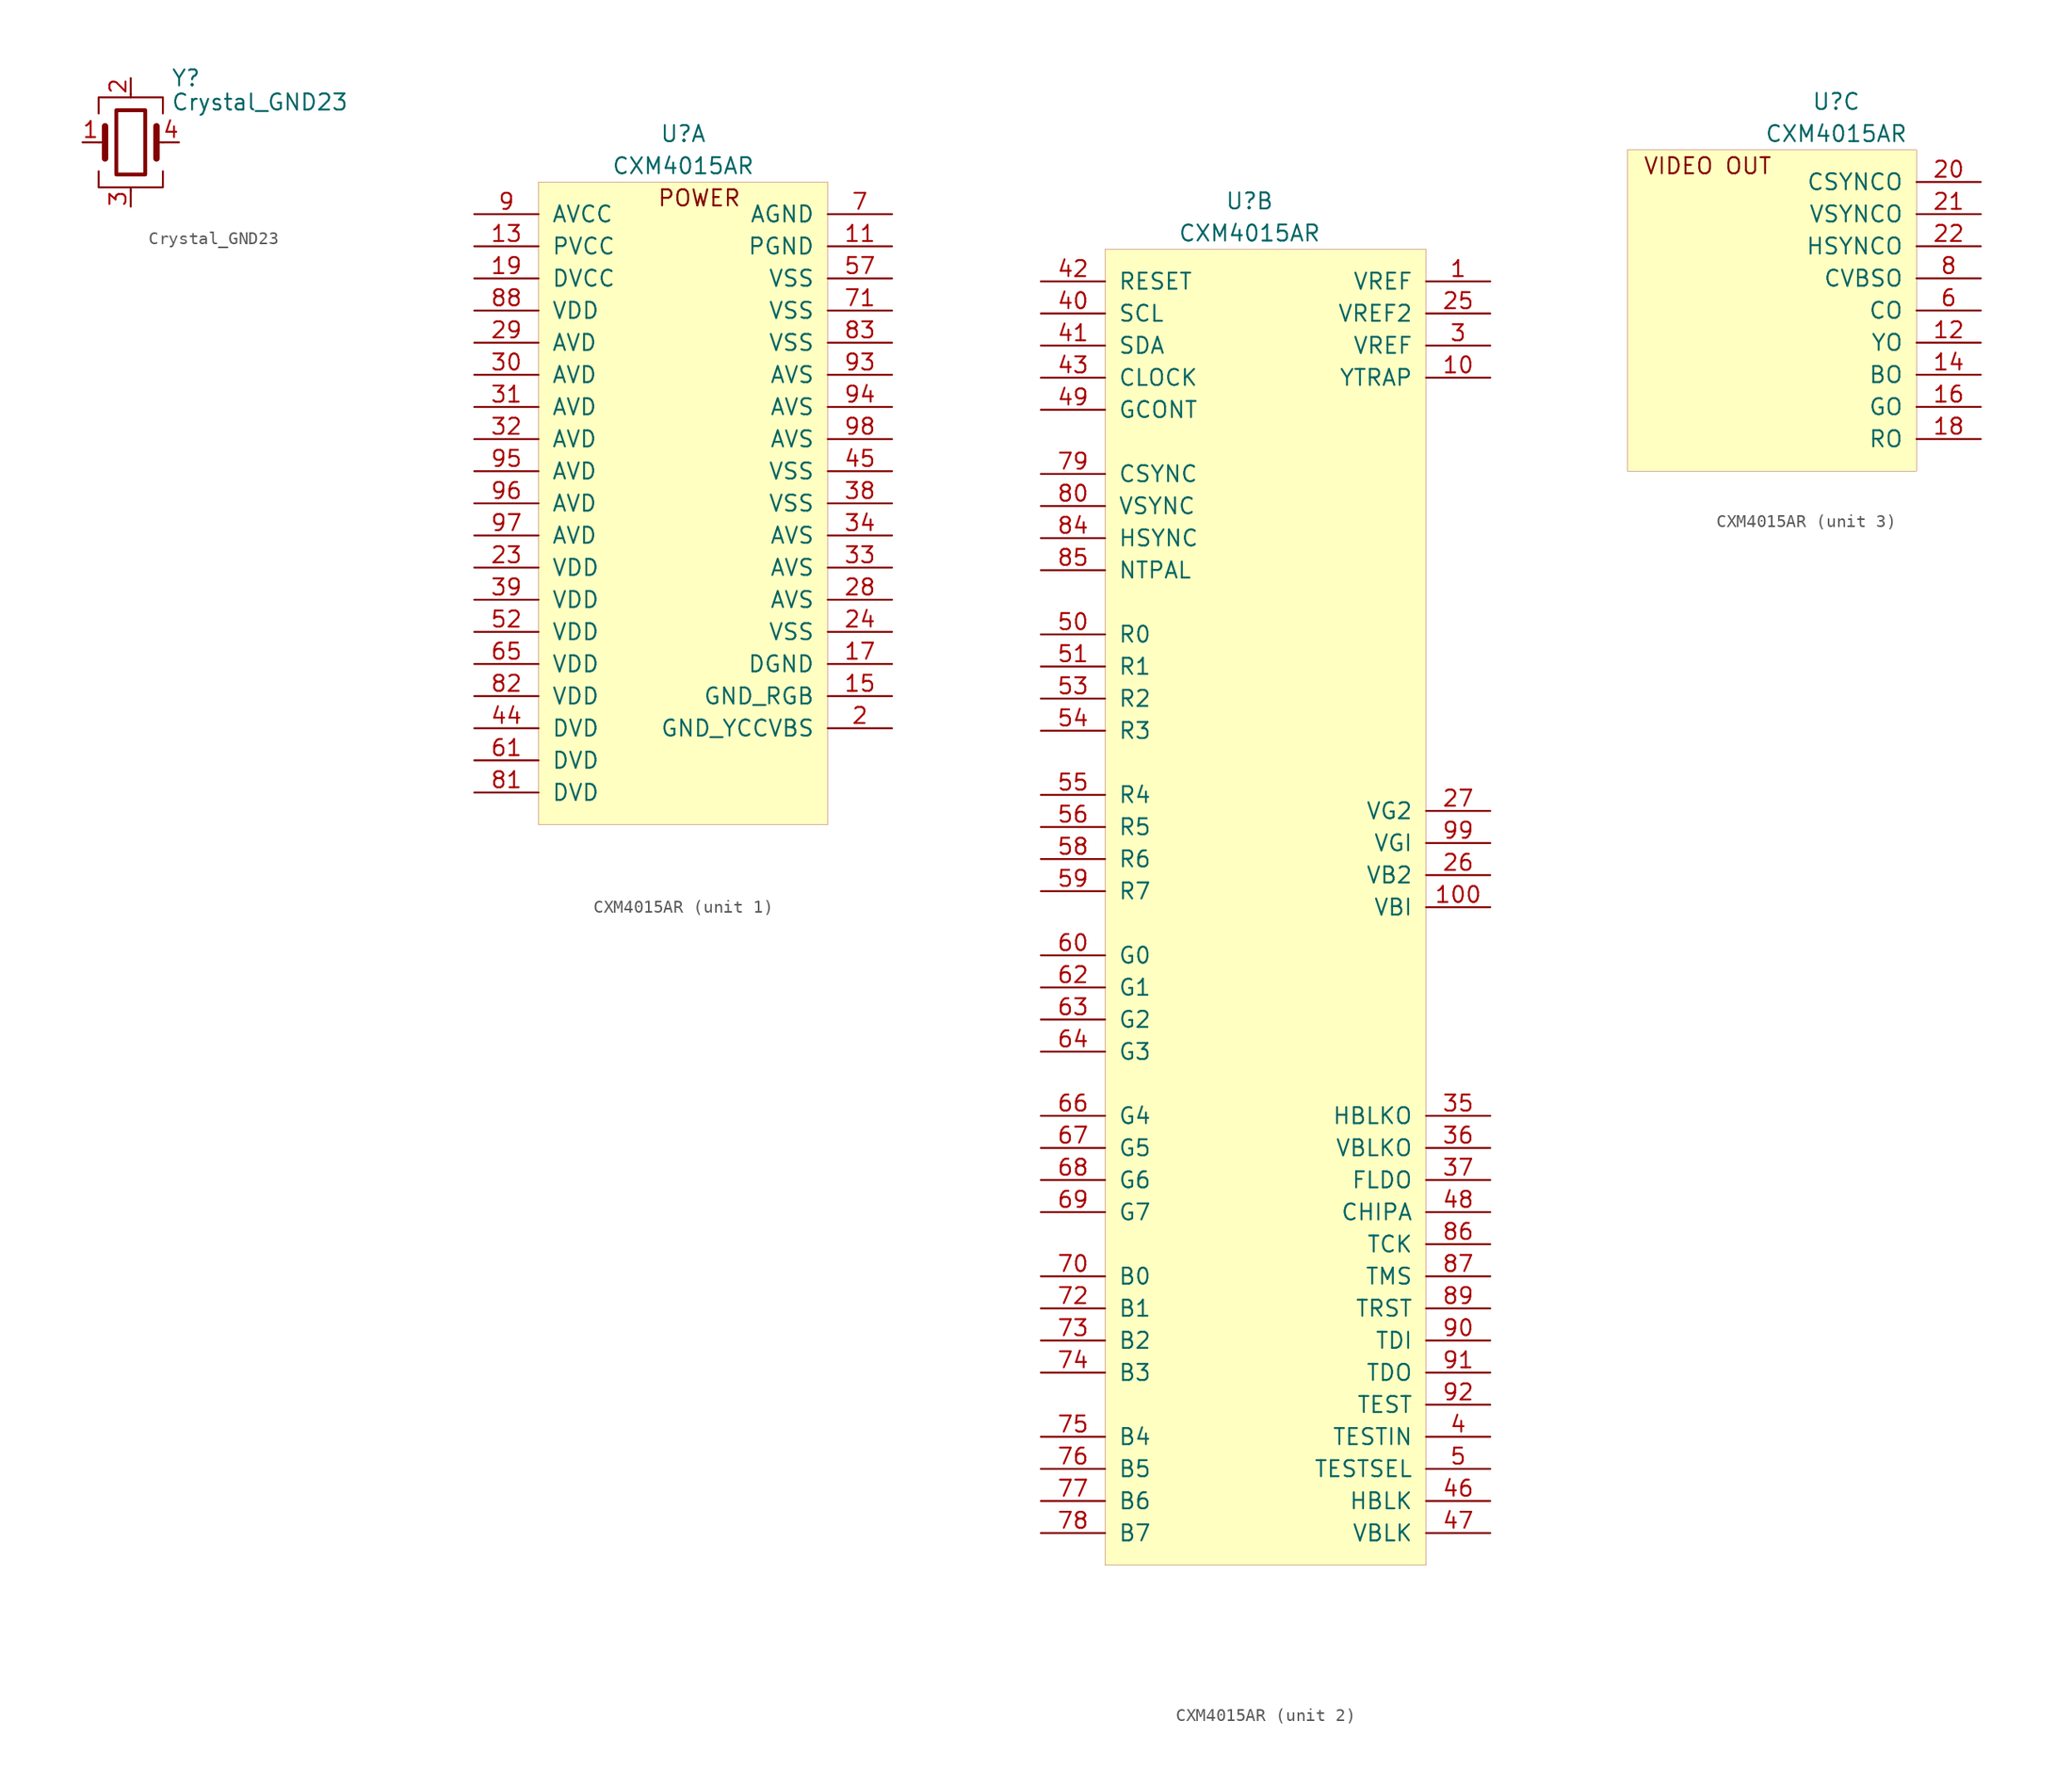
<source format=kicad_sym>
(kicad_symbol_lib
  (version 20220914)
  (generator kicad_symbol_editor)
  (symbol "Crystal_GND23"
    (pin_names
      (offset 1.016) hide)
    (property "Reference" "Y"
      (at 3.175 5.08 0)
      (effects (font (size 1.27 1.27)) (justify left)))
    (property "Value" "Crystal_GND23"
      (at 3.175 3.175 0)
      (effects (font (size 1.27 1.27)) (justify left)))
    (symbol "Crystal_GND23_0_1"
      (rectangle (start -1.143 2.54) (end 1.143 -2.54) (stroke (width 0.305) (type default)) (fill (type none)))
      (polyline (pts (xy -2.54 0) (xy -2.032 0)) (stroke (width 0) (type default)) (fill (type none)))
      (polyline (pts (xy -2.032 -1.27) (xy -2.032 1.27)) (stroke (width 0.508) (type default)) (fill (type none)))
      (polyline (pts (xy 0 -3.81) (xy 0 -3.556)) (stroke (width 0) (type default)) (fill (type none)))
      (polyline (pts (xy 0 3.556) (xy 0 3.81)) (stroke (width 0) (type default)) (fill (type none)))
      (polyline (pts (xy 2.032 -1.27) (xy 2.032 1.27)) (stroke (width 0.508) (type default)) (fill (type none)))
      (polyline (pts (xy 2.032 0) (xy 2.54 0)) (stroke (width 0) (type default)) (fill (type none)))
      (polyline (pts (xy -2.54 -2.286) (xy -2.54 -3.556) (xy 2.54 -3.556) (xy 2.54 -2.286)) (stroke (width 0) (type default)) (fill (type none)))
      (polyline (pts (xy -2.54 2.286) (xy -2.54 3.556) (xy 2.54 3.556) (xy 2.54 2.286)) (stroke (width 0) (type default)) (fill (type none))))
    (symbol "Crystal_GND23_1_1"
      (pin passive line (at -3.81 0 0) (length 1.27) (name "1" (effects (font (size 1.27 1.27)))) (number "1" (effects (font (size 1.27 1.27)))))
      (pin passive line (at 0 5.08 270) (length 1.27) (name "2" (effects (font (size 1.27 1.27)))) (number "2" (effects (font (size 1.27 1.27)))))
      (pin passive line (at 0 -5.08 90) (length 1.27) (name "3" (effects (font (size 1.27 1.27)))) (number "3" (effects (font (size 1.27 1.27)))))
      (pin passive line (at 3.81 0 180) (length 1.27) (name "4" (effects (font (size 1.27 1.27)))) (number "4" (effects (font (size 1.27 1.27)))))))
  (symbol "CXM4015AR"
    (pin_names
      (offset 1.016))
    (property "Reference" "U"
      (at 16.51 6.35 0)
      (effects (font (size 1.27 1.27))))
    (property "Value" "CXM4015AR"
      (at 16.51 3.81 0)
      (effects (font (size 1.27 1.27))))
    (property "ki_locked" ""
      (at 0 0 0)
      (effects (font (size 1.27 1.27))))
    (symbol "CXM4015AR_1_0"
      (text "POWER" (at 17.78 1.27 0) (effects (font (size 1.27 1.27))))
      (pin passive line (at 33.02 -2.54 180) (length 5.08) (name "PGND" (effects (font (size 1.27 1.27)))) (number "11" (effects (font (size 1.27 1.27)))))
      (pin passive line (at 0 -2.54 0) (length 5.08) (name "PVCC" (effects (font (size 1.27 1.27)))) (number "13" (effects (font (size 1.27 1.27)))))
      (pin passive line (at 33.02 -38.1 180) (length 5.08) (name "GND_RGB" (effects (font (size 1.27 1.27)))) (number "15" (effects (font (size 1.27 1.27)))))
      (pin passive line (at 33.02 -35.56 180) (length 5.08) (name "DGND" (effects (font (size 1.27 1.27)))) (number "17" (effects (font (size 1.27 1.27)))))
      (pin passive line (at 0 -5.08 0) (length 5.08) (name "DVCC" (effects (font (size 1.27 1.27)))) (number "19" (effects (font (size 1.27 1.27)))))
      (pin passive line (at 33.02 -40.64 180) (length 5.08) (name "GND_YCCVBS" (effects (font (size 1.27 1.27)))) (number "2" (effects (font (size 1.27 1.27)))))
      (pin passive line (at 0 -27.94 0) (length 5.08) (name "VDD" (effects (font (size 1.27 1.27)))) (number "23" (effects (font (size 1.27 1.27)))))
      (pin passive line (at 33.02 -33.02 180) (length 5.08) (name "VSS" (effects (font (size 1.27 1.27)))) (number "24" (effects (font (size 1.27 1.27)))))
      (pin passive line (at 33.02 -30.48 180) (length 5.08) (name "AVS" (effects (font (size 1.27 1.27)))) (number "28" (effects (font (size 1.27 1.27)))))
      (pin passive line (at 0 -10.16 0) (length 5.08) (name "AVD" (effects (font (size 1.27 1.27)))) (number "29" (effects (font (size 1.27 1.27)))))
      (pin passive line (at 0 -12.7 0) (length 5.08) (name "AVD" (effects (font (size 1.27 1.27)))) (number "30" (effects (font (size 1.27 1.27)))))
      (pin passive line (at 0 -15.24 0) (length 5.08) (name "AVD" (effects (font (size 1.27 1.27)))) (number "31" (effects (font (size 1.27 1.27)))))
      (pin passive line (at 0 -17.78 0) (length 5.08) (name "AVD" (effects (font (size 1.27 1.27)))) (number "32" (effects (font (size 1.27 1.27)))))
      (pin passive line (at 33.02 -27.94 180) (length 5.08) (name "AVS" (effects (font (size 1.27 1.27)))) (number "33" (effects (font (size 1.27 1.27)))))
      (pin passive line (at 33.02 -25.4 180) (length 5.08) (name "AVS" (effects (font (size 1.27 1.27)))) (number "34" (effects (font (size 1.27 1.27)))))
      (pin passive line (at 33.02 -22.86 180) (length 5.08) (name "VSS" (effects (font (size 1.27 1.27)))) (number "38" (effects (font (size 1.27 1.27)))))
      (pin passive line (at 0 -30.48 0) (length 5.08) (name "VDD" (effects (font (size 1.27 1.27)))) (number "39" (effects (font (size 1.27 1.27)))))
      (pin passive line (at 0 -40.64 0) (length 5.08) (name "DVD" (effects (font (size 1.27 1.27)))) (number "44" (effects (font (size 1.27 1.27)))))
      (pin passive line (at 33.02 -20.32 180) (length 5.08) (name "VSS" (effects (font (size 1.27 1.27)))) (number "45" (effects (font (size 1.27 1.27)))))
      (pin passive line (at 0 -33.02 0) (length 5.08) (name "VDD" (effects (font (size 1.27 1.27)))) (number "52" (effects (font (size 1.27 1.27)))))
      (pin passive line (at 33.02 -5.08 180) (length 5.08) (name "VSS" (effects (font (size 1.27 1.27)))) (number "57" (effects (font (size 1.27 1.27)))))
      (pin passive line (at 0 -43.18 0) (length 5.08) (name "DVD" (effects (font (size 1.27 1.27)))) (number "61" (effects (font (size 1.27 1.27)))))
      (pin passive line (at 0 -35.56 0) (length 5.08) (name "VDD" (effects (font (size 1.27 1.27)))) (number "65" (effects (font (size 1.27 1.27)))))
      (pin passive line (at 33.02 0 180) (length 5.08) (name "AGND" (effects (font (size 1.27 1.27)))) (number "7" (effects (font (size 1.27 1.27)))))
      (pin passive line (at 33.02 -7.62 180) (length 5.08) (name "VSS" (effects (font (size 1.27 1.27)))) (number "71" (effects (font (size 1.27 1.27)))))
      (pin passive line (at 0 -45.72 0) (length 5.08) (name "DVD" (effects (font (size 1.27 1.27)))) (number "81" (effects (font (size 1.27 1.27)))))
      (pin passive line (at 0 -38.1 0) (length 5.08) (name "VDD" (effects (font (size 1.27 1.27)))) (number "82" (effects (font (size 1.27 1.27)))))
      (pin passive line (at 33.02 -10.16 180) (length 5.08) (name "VSS" (effects (font (size 1.27 1.27)))) (number "83" (effects (font (size 1.27 1.27)))))
      (pin passive line (at 0 -7.62 0) (length 5.08) (name "VDD" (effects (font (size 1.27 1.27)))) (number "88" (effects (font (size 1.27 1.27)))))
      (pin passive line (at 0 0 0) (length 5.08) (name "AVCC" (effects (font (size 1.27 1.27)))) (number "9" (effects (font (size 1.27 1.27)))))
      (pin passive line (at 33.02 -12.7 180) (length 5.08) (name "AVS" (effects (font (size 1.27 1.27)))) (number "93" (effects (font (size 1.27 1.27)))))
      (pin passive line (at 33.02 -15.24 180) (length 5.08) (name "AVS" (effects (font (size 1.27 1.27)))) (number "94" (effects (font (size 1.27 1.27)))))
      (pin passive line (at 0 -20.32 0) (length 5.08) (name "AVD" (effects (font (size 1.27 1.27)))) (number "95" (effects (font (size 1.27 1.27)))))
      (pin passive line (at 0 -22.86 0) (length 5.08) (name "AVD" (effects (font (size 1.27 1.27)))) (number "96" (effects (font (size 1.27 1.27)))))
      (pin passive line (at 0 -25.4 0) (length 5.08) (name "AVD" (effects (font (size 1.27 1.27)))) (number "97" (effects (font (size 1.27 1.27)))))
      (pin passive line (at 33.02 -17.78 180) (length 5.08) (name "AVS" (effects (font (size 1.27 1.27)))) (number "98" (effects (font (size 1.27 1.27))))))
    (symbol "CXM4015AR_1_1"
      (rectangle (start 5.08 2.54) (end 27.94 -48.26) (stroke (width 0.001) (type default)) (fill (type background))))
    (symbol "CXM4015AR_2_0"
      (rectangle (start 5.08 2.54) (end 30.48 -101.6) (stroke (width 0.001) (type default)) (fill (type background)))
      (pin passive line (at 35.56 0 180) (length 5.08) (name "VREF" (effects (font (size 1.27 1.27)))) (number "1" (effects (font (size 1.27 1.27)))))
      (pin passive line (at 35.56 -7.62 180) (length 5.08) (name "YTRAP" (effects (font (size 1.27 1.27)))) (number "10" (effects (font (size 1.27 1.27)))))
      (pin passive line (at 35.56 -49.53 180) (length 5.08) (name "VBI" (effects (font (size 1.27 1.27)))) (number "100" (effects (font (size 1.27 1.27)))))
      (pin passive line (at 35.56 -2.54 180) (length 5.08) (name "VREF2" (effects (font (size 1.27 1.27)))) (number "25" (effects (font (size 1.27 1.27)))))
      (pin passive line (at 35.56 -46.99 180) (length 5.08) (name "VB2" (effects (font (size 1.27 1.27)))) (number "26" (effects (font (size 1.27 1.27)))))
      (pin passive line (at 35.56 -41.91 180) (length 5.08) (name "VG2" (effects (font (size 1.27 1.27)))) (number "27" (effects (font (size 1.27 1.27)))))
      (pin passive line (at 35.56 -5.08 180) (length 5.08) (name "VREF" (effects (font (size 1.27 1.27)))) (number "3" (effects (font (size 1.27 1.27)))))
      (pin passive line (at 35.56 -66.04 180) (length 5.08) (name "HBLKO" (effects (font (size 1.27 1.27)))) (number "35" (effects (font (size 1.27 1.27)))))
      (pin passive line (at 35.56 -68.58 180) (length 5.08) (name "VBLKO" (effects (font (size 1.27 1.27)))) (number "36" (effects (font (size 1.27 1.27)))))
      (pin passive line (at 35.56 -71.12 180) (length 5.08) (name "FLDO" (effects (font (size 1.27 1.27)))) (number "37" (effects (font (size 1.27 1.27)))))
      (pin passive line (at 35.56 -91.44 180) (length 5.08) (name "TESTIN" (effects (font (size 1.27 1.27)))) (number "4" (effects (font (size 1.27 1.27)))))
      (pin passive line (at 0 -2.54 0) (length 5.08) (name "SCL" (effects (font (size 1.27 1.27)))) (number "40" (effects (font (size 1.27 1.27)))))
      (pin passive line (at 0 -5.08 0) (length 5.08) (name "SDA" (effects (font (size 1.27 1.27)))) (number "41" (effects (font (size 1.27 1.27)))))
      (pin passive line (at 0 0 0) (length 5.08) (name "RESET" (effects (font (size 1.27 1.27)))) (number "42" (effects (font (size 1.27 1.27)))))
      (pin passive line (at 0 -7.62 0) (length 5.08) (name "CLOCK" (effects (font (size 1.27 1.27)))) (number "43" (effects (font (size 1.27 1.27)))))
      (pin passive line (at 35.56 -96.52 180) (length 5.08) (name "HBLK" (effects (font (size 1.27 1.27)))) (number "46" (effects (font (size 1.27 1.27)))))
      (pin passive line (at 35.56 -99.06 180) (length 5.08) (name "VBLK" (effects (font (size 1.27 1.27)))) (number "47" (effects (font (size 1.27 1.27)))))
      (pin passive line (at 35.56 -73.66 180) (length 5.08) (name "CHIPA" (effects (font (size 1.27 1.27)))) (number "48" (effects (font (size 1.27 1.27)))))
      (pin passive line (at 0 -10.16 0) (length 5.08) (name "GCONT" (effects (font (size 1.27 1.27)))) (number "49" (effects (font (size 1.27 1.27)))))
      (pin passive line (at 35.56 -93.98 180) (length 5.08) (name "TESTSEL" (effects (font (size 1.27 1.27)))) (number "5" (effects (font (size 1.27 1.27)))))
      (pin passive line (at 0 -27.94 0) (length 5.08) (name "R0" (effects (font (size 1.27 1.27)))) (number "50" (effects (font (size 1.27 1.27)))))
      (pin passive line (at 0 -30.48 0) (length 5.08) (name "R1" (effects (font (size 1.27 1.27)))) (number "51" (effects (font (size 1.27 1.27)))))
      (pin passive line (at 0 -33.02 0) (length 5.08) (name "R2" (effects (font (size 1.27 1.27)))) (number "53" (effects (font (size 1.27 1.27)))))
      (pin passive line (at 0 -35.56 0) (length 5.08) (name "R3" (effects (font (size 1.27 1.27)))) (number "54" (effects (font (size 1.27 1.27)))))
      (pin passive line (at 0 -40.64 0) (length 5.08) (name "R4" (effects (font (size 1.27 1.27)))) (number "55" (effects (font (size 1.27 1.27)))))
      (pin passive line (at 0 -43.18 0) (length 5.08) (name "R5" (effects (font (size 1.27 1.27)))) (number "56" (effects (font (size 1.27 1.27)))))
      (pin passive line (at 0 -45.72 0) (length 5.08) (name "R6" (effects (font (size 1.27 1.27)))) (number "58" (effects (font (size 1.27 1.27)))))
      (pin passive line (at 0 -48.26 0) (length 5.08) (name "R7" (effects (font (size 1.27 1.27)))) (number "59" (effects (font (size 1.27 1.27)))))
      (pin passive line (at 0 -53.34 0) (length 5.08) (name "G0" (effects (font (size 1.27 1.27)))) (number "60" (effects (font (size 1.27 1.27)))))
      (pin passive line (at 0 -55.88 0) (length 5.08) (name "G1" (effects (font (size 1.27 1.27)))) (number "62" (effects (font (size 1.27 1.27)))))
      (pin passive line (at 0 -58.42 0) (length 5.08) (name "G2" (effects (font (size 1.27 1.27)))) (number "63" (effects (font (size 1.27 1.27)))))
      (pin passive line (at 0 -60.96 0) (length 5.08) (name "G3" (effects (font (size 1.27 1.27)))) (number "64" (effects (font (size 1.27 1.27)))))
      (pin passive line (at 0 -66.04 0) (length 5.08) (name "G4" (effects (font (size 1.27 1.27)))) (number "66" (effects (font (size 1.27 1.27)))))
      (pin passive line (at 0 -68.58 0) (length 5.08) (name "G5" (effects (font (size 1.27 1.27)))) (number "67" (effects (font (size 1.27 1.27)))))
      (pin passive line (at 0 -71.12 0) (length 5.08) (name "G6" (effects (font (size 1.27 1.27)))) (number "68" (effects (font (size 1.27 1.27)))))
      (pin passive line (at 0 -73.66 0) (length 5.08) (name "G7" (effects (font (size 1.27 1.27)))) (number "69" (effects (font (size 1.27 1.27)))))
      (pin passive line (at 0 -78.74 0) (length 5.08) (name "B0" (effects (font (size 1.27 1.27)))) (number "70" (effects (font (size 1.27 1.27)))))
      (pin passive line (at 0 -81.28 0) (length 5.08) (name "B1" (effects (font (size 1.27 1.27)))) (number "72" (effects (font (size 1.27 1.27)))))
      (pin passive line (at 0 -83.82 0) (length 5.08) (name "B2" (effects (font (size 1.27 1.27)))) (number "73" (effects (font (size 1.27 1.27)))))
      (pin passive line (at 0 -86.36 0) (length 5.08) (name "B3" (effects (font (size 1.27 1.27)))) (number "74" (effects (font (size 1.27 1.27)))))
      (pin passive line (at 0 -91.44 0) (length 5.08) (name "B4" (effects (font (size 1.27 1.27)))) (number "75" (effects (font (size 1.27 1.27)))))
      (pin passive line (at 0 -93.98 0) (length 5.08) (name "B5" (effects (font (size 1.27 1.27)))) (number "76" (effects (font (size 1.27 1.27)))))
      (pin passive line (at 0 -96.52 0) (length 5.08) (name "B6" (effects (font (size 1.27 1.27)))) (number "77" (effects (font (size 1.27 1.27)))))
      (pin passive line (at 0 -99.06 0) (length 5.08) (name "B7" (effects (font (size 1.27 1.27)))) (number "78" (effects (font (size 1.27 1.27)))))
      (pin passive line (at 0 -15.24 0) (length 5.08) (name "CSYNC" (effects (font (size 1.27 1.27)))) (number "79" (effects (font (size 1.27 1.27)))))
      (pin passive line (at 0 -17.78 0) (length 5.08) (name "VSYNC" (effects (font (size 1.27 1.27)))) (number "80" (effects (font (size 1.27 1.27)))))
      (pin passive line (at 0 -20.32 0) (length 5.08) (name "HSYNC" (effects (font (size 1.27 1.27)))) (number "84" (effects (font (size 1.27 1.27)))))
      (pin passive line (at 0 -22.86 0) (length 5.08) (name "NTPAL" (effects (font (size 1.27 1.27)))) (number "85" (effects (font (size 1.27 1.27)))))
      (pin passive line (at 35.56 -76.2 180) (length 5.08) (name "TCK" (effects (font (size 1.27 1.27)))) (number "86" (effects (font (size 1.27 1.27)))))
      (pin passive line (at 35.56 -78.74 180) (length 5.08) (name "TMS" (effects (font (size 1.27 1.27)))) (number "87" (effects (font (size 1.27 1.27)))))
      (pin passive line (at 35.56 -81.28 180) (length 5.08) (name "TRST" (effects (font (size 1.27 1.27)))) (number "89" (effects (font (size 1.27 1.27)))))
      (pin passive line (at 35.56 -83.82 180) (length 5.08) (name "TDI" (effects (font (size 1.27 1.27)))) (number "90" (effects (font (size 1.27 1.27)))))
      (pin passive line (at 35.56 -86.36 180) (length 5.08) (name "TDO" (effects (font (size 1.27 1.27)))) (number "91" (effects (font (size 1.27 1.27)))))
      (pin passive line (at 35.56 -88.9 180) (length 5.08) (name "TEST" (effects (font (size 1.27 1.27)))) (number "92" (effects (font (size 1.27 1.27)))))
      (pin passive line (at 35.56 -44.45 180) (length 5.08) (name "VGI" (effects (font (size 1.27 1.27)))) (number "99" (effects (font (size 1.27 1.27))))))
    (symbol "CXM4015AR_3_0"
      (rectangle (start 0 2.54) (end 22.86 -22.86) (stroke (width 0.001) (type default)) (fill (type background)))
      (text "VIDEO OUT" (at 6.35 1.27 0) (effects (font (size 1.27 1.27))))
      (pin passive line (at 27.94 -12.7 180) (length 5.08) (name "YO" (effects (font (size 1.27 1.27)))) (number "12" (effects (font (size 1.27 1.27)))))
      (pin passive line (at 27.94 -15.24 180) (length 5.08) (name "BO" (effects (font (size 1.27 1.27)))) (number "14" (effects (font (size 1.27 1.27)))))
      (pin passive line (at 27.94 -17.78 180) (length 5.08) (name "GO" (effects (font (size 1.27 1.27)))) (number "16" (effects (font (size 1.27 1.27)))))
      (pin passive line (at 27.94 -20.32 180) (length 5.08) (name "RO" (effects (font (size 1.27 1.27)))) (number "18" (effects (font (size 1.27 1.27)))))
      (pin passive line (at 27.94 0 180) (length 5.08) (name "CSYNCO" (effects (font (size 1.27 1.27)))) (number "20" (effects (font (size 1.27 1.27)))))
      (pin passive line (at 27.94 -2.54 180) (length 5.08) (name "VSYNCO" (effects (font (size 1.27 1.27)))) (number "21" (effects (font (size 1.27 1.27)))))
      (pin passive line (at 27.94 -5.08 180) (length 5.08) (name "HSYNCO" (effects (font (size 1.27 1.27)))) (number "22" (effects (font (size 1.27 1.27)))))
      (pin passive line (at 27.94 -10.16 180) (length 5.08) (name "CO" (effects (font (size 1.27 1.27)))) (number "6" (effects (font (size 1.27 1.27)))))
      (pin passive line (at 27.94 -7.62 180) (length 5.08) (name "CVBSO" (effects (font (size 1.27 1.27)))) (number "8" (effects (font (size 1.27 1.27))))))))
</source>
